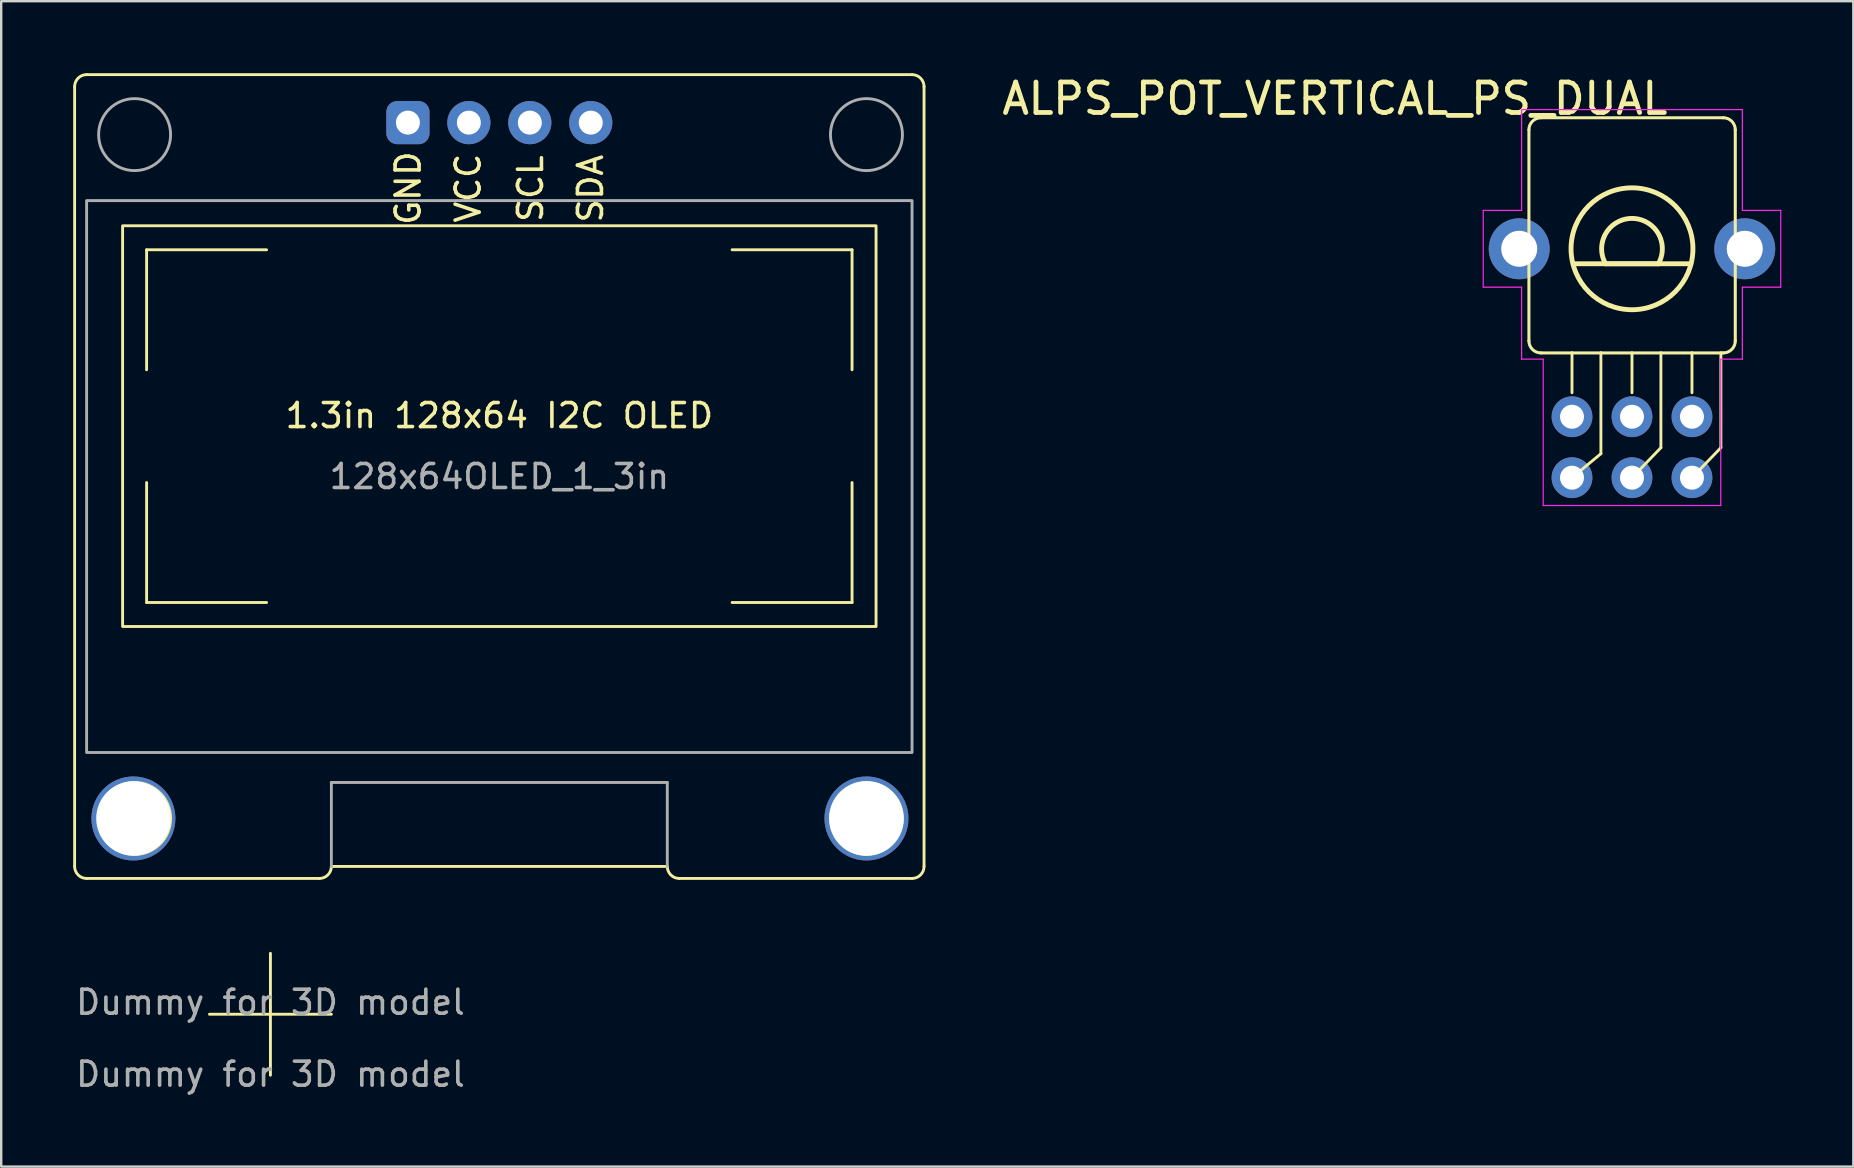
<source format=kicad_pcb>
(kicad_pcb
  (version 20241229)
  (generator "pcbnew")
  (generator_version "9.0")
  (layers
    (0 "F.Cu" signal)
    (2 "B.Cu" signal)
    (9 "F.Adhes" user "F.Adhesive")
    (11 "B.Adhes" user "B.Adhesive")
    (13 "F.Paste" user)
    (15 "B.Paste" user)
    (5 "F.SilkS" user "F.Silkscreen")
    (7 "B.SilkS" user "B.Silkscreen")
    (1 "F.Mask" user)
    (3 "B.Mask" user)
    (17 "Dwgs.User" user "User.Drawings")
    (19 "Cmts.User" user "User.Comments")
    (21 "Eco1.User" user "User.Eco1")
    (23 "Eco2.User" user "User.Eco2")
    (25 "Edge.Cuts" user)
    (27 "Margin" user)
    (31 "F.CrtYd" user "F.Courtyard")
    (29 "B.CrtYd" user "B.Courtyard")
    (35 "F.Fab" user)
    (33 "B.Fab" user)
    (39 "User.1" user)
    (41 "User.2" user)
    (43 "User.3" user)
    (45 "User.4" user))
  (footprint "Dummy for 3D model"
    (layer "F.Cu")
    (at 8.22 39.22)
    (property "Reference" "Dummy for 3D model" (at 0 -0.5 0) (unlocked yes) (layer "F.Fab") (effects (font (size 1 1) (thickness 0.15))))
    (fp_line (start -2.54 0) (end 2.54 0) (stroke (width 0.12) (type solid)) (layer "F.SilkS"))
    (fp_line (start 0 -2.54) (end 0 2.54) (stroke (width 0.12) (type solid)) (layer "F.SilkS"))
    (fp_text user "${REFERENCE}" (at 0 2.5 0) (unlocked yes) (layer "F.Fab") (effects (font (size 1 1) (thickness 0.15)))))
  (footprint "128x64OLED_1_3in"
    (layer "F.Cu")
    (at 17.76 16.81)
    (property "Reference" "128x64OLED_1_3in" (at 0 0 0) (layer "F.Fab") (effects (font (size 1 1) (thickness 0.15))))
    (attr through_hole exclude_from_pos_files)
    (fp_line (start -17.7 16.25) (end -17.7 -16.25) (stroke (width 0.12) (type solid)) (layer "F.SilkS"))
    (fp_line (start -17.2 -16.75) (end 17.2 -16.75) (stroke (width 0.12) (type solid)) (layer "F.SilkS"))
    (fp_line (start -17.2 16.75) (end -7.5 16.75) (stroke (width 0.12) (type solid)) (layer "F.SilkS"))
    (fp_line (start -14.7 -9.45) (end -9.7 -9.45) (stroke (width 0.12) (type solid)) (layer "F.SilkS"))
    (fp_line (start -14.7 -4.45) (end -14.7 -9.45) (stroke (width 0.12) (type solid)) (layer "F.SilkS"))
    (fp_line (start -14.7 5.25) (end -14.7 0.25) (stroke (width 0.12) (type solid)) (layer "F.SilkS"))
    (fp_line (start -9.7 5.25) (end -14.7 5.25) (stroke (width 0.12) (type solid)) (layer "F.SilkS"))
    (fp_line (start -7 16.25) (end 7 16.25) (stroke (width 0.12) (type solid)) (layer "F.SilkS"))
    (fp_line (start 7.5 16.75) (end 17.2 16.75) (stroke (width 0.12) (type solid)) (layer "F.SilkS"))
    (fp_line (start 9.7 -9.45) (end 14.7 -9.45) (stroke (width 0.12) (type solid)) (layer "F.SilkS"))
    (fp_line (start 14.7 -9.45) (end 14.7 -4.45) (stroke (width 0.12) (type solid)) (layer "F.SilkS"))
    (fp_line (start 14.7 0.25) (end 14.7 5.25) (stroke (width 0.12) (type solid)) (layer "F.SilkS"))
    (fp_line (start 14.7 5.25) (end 9.7 5.25) (stroke (width 0.12) (type solid)) (layer "F.SilkS"))
    (fp_line (start 17.7 -16.25) (end 17.7 16.25) (stroke (width 0.12) (type solid)) (layer "F.SilkS"))
    (fp_rect (start -15.7 -10.45) (end 15.7 6.25) (stroke (width 0.12) (type solid)) (fill no) (layer "F.SilkS"))
    (fp_arc (start -17.7 -16.25) (mid -17.553553 -16.603553) (end -17.2 -16.75) (stroke (width 0.12) (type solid)) (layer "F.SilkS"))
    (fp_arc (start -17.2 16.75) (mid -17.553553 16.603553) (end -17.7 16.25) (stroke (width 0.12) (type solid)) (layer "F.SilkS"))
    (fp_arc (start -7 16.25) (mid -7.146447 16.603553) (end -7.5 16.75) (stroke (width 0.12) (type solid)) (layer "F.SilkS"))
    (fp_arc (start 7.5 16.75) (mid 7.146447 16.603553) (end 7 16.25) (stroke (width 0.12) (type solid)) (layer "F.SilkS"))
    (fp_arc (start 17.2 -16.75) (mid 17.553553 -16.603553) (end 17.7 -16.25) (stroke (width 0.12) (type solid)) (layer "F.SilkS"))
    (fp_arc (start 17.7 16.25) (mid 17.553553 16.603553) (end 17.2 16.75) (stroke (width 0.12) (type solid)) (layer "F.SilkS"))
    (fp_circle (center -15.2 14.25) (end -15.2 15.75) (stroke (width 0.12) (type solid)) (fill no) (layer "F.SilkS"))
    (fp_circle (center 15.3 14.25) (end 15.3 15.75) (stroke (width 0.12) (type solid)) (fill no) (layer "F.SilkS"))
    (fp_line (start -7 12.75) (end 7 12.75) (stroke (width 0.12) (type solid)) (layer "F.Fab"))
    (fp_line (start -7 16.25) (end -7 12.75) (stroke (width 0.12) (type solid)) (layer "F.Fab"))
    (fp_line (start 7 12.75) (end 7 16.25) (stroke (width 0.12) (type solid)) (layer "F.Fab"))
    (fp_rect (start -17.2 -11.5) (end 17.2 11.5) (stroke (width 0.12) (type solid)) (fill no) (layer "F.Fab"))
    (fp_circle (center -15.2 -14.25) (end -13.7 -14.25) (stroke (width 0.12) (type solid)) (fill no) (layer "F.Fab"))
    (fp_circle (center 15.3 -14.25) (end 16.8 -14.25) (stroke (width 0.12) (type solid)) (fill no) (layer "F.Fab"))
    (fp_text user "VCC" (at -1.3 -12.019 90) (unlocked yes) (layer "F.SilkS") (effects (font (size 1 1) (thickness 0.15))))
    (fp_text user "SCL" (at 1.3 -12 90) (unlocked yes) (layer "F.SilkS") (effects (font (size 1 1) (thickness 0.15))))
    (fp_text user "GND" (at -3.8 -12.019 90) (unlocked yes) (layer "F.SilkS") (effects (font (size 1 1) (thickness 0.15))))
    (fp_text user "SDA" (at 3.8 -12 90) (unlocked yes) (layer "F.SilkS") (effects (font (size 1 1) (thickness 0.15))))
    (fp_text user "1.3in 128x64 I2C OLED" (at 0 -2.54 0) (unlocked yes) (layer "F.SilkS") (effects (font (size 1 1) (thickness 0.15))))
    (pad "1" thru_hole roundrect (at -3.81 -14.75 90) (size 1.8 1.8) (drill 1) (layers "*.Cu" "*.Mask") (roundrect_rratio 0.25))
    (pad "2" thru_hole circle (at -1.27 -14.75 90) (size 1.8 1.8) (drill 1) (layers "*.Cu" "*.Mask"))
    (pad "3" thru_hole circle (at 1.27 -14.75 90) (size 1.8 1.8) (drill 1) (layers "*.Cu" "*.Mask"))
    (pad "4" thru_hole circle (at 3.81 -14.75 90) (size 1.8 1.8) (drill 1) (layers "*.Cu" "*.Mask"))
    (pad "5" thru_hole circle (at -15.25 14.25) (size 3.5 3.5) (drill 3.1) (layers "*.Cu" "*.Mask"))
    (pad "5" thru_hole circle (at 15.3 14.25) (size 3.5 3.5) (drill 3.1) (layers "*.Cu" "*.Mask")))
  (footprint "ALPS_POT_VERTICAL_PS_DUAL"
    (layer "F.Cu")
    (at 64.964 7.318)
    (property "Reference" "ALPS_POT_VERTICAL_PS_DUAL" (at 1.6 -7 0) (layer "F.SilkS") (effects (font (size 1.27 1.27) (thickness 0.2)) (justify right top)))
    (attr through_hole)
    (fp_line (start -4.295 3.84) (end -4.295 -4.96) (stroke (width 0.127) (type solid)) (layer "F.SilkS"))
    (fp_line (start -3.795 -5.46) (end 3.805 -5.46) (stroke (width 0.127) (type solid)) (layer "F.SilkS"))
    (fp_line (start -2.5 6) (end -2.5 4.33) (stroke (width 0.12) (type solid)) (layer "F.SilkS"))
    (fp_line (start -2.5 9.54) (end -1.295 8.54) (stroke (width 0.12) (type solid)) (layer "F.SilkS"))
    (fp_line (start -1.295 8.54) (end -1.295 4.33) (stroke (width 0.12) (type solid)) (layer "F.SilkS"))
    (fp_line (start 0 6) (end 0 4.33) (stroke (width 0.12) (type solid)) (layer "F.SilkS"))
    (fp_line (start 0 9.54) (end 1.205 8.29) (stroke (width 0.12) (type solid)) (layer "F.SilkS"))
    (fp_line (start 1.1 0.625) (end -1.1 0.625) (stroke (width 0.203) (type solid)) (layer "F.SilkS"))
    (fp_line (start 1.205 8.29) (end 1.205 4.33) (stroke (width 0.12) (type solid)) (layer "F.SilkS"))
    (fp_line (start 2.45 0.625) (end -2.425 0.625) (stroke (width 0.203) (type solid)) (layer "F.SilkS"))
    (fp_line (start 2.5 6) (end 2.5 4.33) (stroke (width 0.12) (type solid)) (layer "F.SilkS"))
    (fp_line (start 2.5 9.54) (end 3.705 8.29) (stroke (width 0.12) (type solid)) (layer "F.SilkS"))
    (fp_line (start 3.705 8.29) (end 3.705 4.33) (stroke (width 0.12) (type solid)) (layer "F.SilkS"))
    (fp_line (start 3.805 4.34) (end -3.795 4.34) (stroke (width 0.127) (type solid)) (layer "F.SilkS"))
    (fp_line (start 4.305 -4.96) (end 4.305 3.84) (stroke (width 0.127) (type solid)) (layer "F.SilkS"))
    (fp_arc (start -4.295 -4.96) (mid -4.148553 -5.313553) (end -3.795 -5.46) (stroke (width 0.127) (type solid)) (layer "F.SilkS"))
    (fp_arc (start -3.795 4.34) (mid -4.148553 4.193553) (end -4.295 3.84) (stroke (width 0.127) (type solid)) (layer "F.SilkS"))
    (fp_arc (start -1.1 0.625) (mid 0 -1.265158) (end 1.1 0.625) (stroke (width 0.2032) (type solid)) (layer "F.SilkS"))
    (fp_arc (start 3.805 -5.46) (mid 4.158553 -5.313553) (end 4.305 -4.96) (stroke (width 0.127) (type solid)) (layer "F.SilkS"))
    (fp_arc (start 4.305 3.84) (mid 4.158553 4.193553) (end 3.805 4.34) (stroke (width 0.127) (type solid)) (layer "F.SilkS"))
    (fp_circle (center 0 0) (end -2.54 0) (stroke (width 0.203) (type solid)) (fill no) (layer "F.SilkS"))
    (fp_line (start -6.2 -1.6) (end -6.2 1.6) (stroke (width 0.05) (type solid)) (layer "F.CrtYd"))
    (fp_line (start -6.2 1.6) (end -4.6 1.6) (stroke (width 0.05) (type solid)) (layer "F.CrtYd"))
    (fp_line (start -4.6 -5.8) (end -4.6 -1.6) (stroke (width 0.05) (type solid)) (layer "F.CrtYd"))
    (fp_line (start -4.6 -1.6) (end -6.2 -1.6) (stroke (width 0.05) (type solid)) (layer "F.CrtYd"))
    (fp_line (start -4.6 1.6) (end -4.6 4.6) (stroke (width 0.05) (type solid)) (layer "F.CrtYd"))
    (fp_line (start -4.6 4.6) (end -3.7 4.6) (stroke (width 0.05) (type solid)) (layer "F.CrtYd"))
    (fp_line (start -3.7 4.6) (end -3.7 10.7) (stroke (width 0.05) (type solid)) (layer "F.CrtYd"))
    (fp_line (start -3.7 10.7) (end 3.7 10.7) (stroke (width 0.05) (type solid)) (layer "F.CrtYd"))
    (fp_line (start 3.7 4.6) (end 4.6 4.6) (stroke (width 0.05) (type solid)) (layer "F.CrtYd"))
    (fp_line (start 3.7 10.7) (end 3.7 4.6) (stroke (width 0.05) (type solid)) (layer "F.CrtYd"))
    (fp_line (start 4.6 -5.8) (end -4.6 -5.8) (stroke (width 0.05) (type solid)) (layer "F.CrtYd"))
    (fp_line (start 4.6 -1.6) (end 4.6 -5.8) (stroke (width 0.05) (type solid)) (layer "F.CrtYd"))
    (fp_line (start 4.6 1.6) (end 6.2 1.6) (stroke (width 0.05) (type solid)) (layer "F.CrtYd"))
    (fp_line (start 4.6 4.6) (end 4.6 1.6) (stroke (width 0.05) (type solid)) (layer "F.CrtYd"))
    (fp_line (start 6.2 -1.6) (end 4.6 -1.6) (stroke (width 0.05) (type solid)) (layer "F.CrtYd"))
    (fp_line (start 6.2 1.6) (end 6.2 -1.6) (stroke (width 0.05) (type solid)) (layer "F.CrtYd"))
    (pad "1" thru_hole circle (at -2.5 7 90) (size 1.7 1.7) (drill 1) (layers "*.Cu" "*.Mask"))
    (pad "2" thru_hole circle (at 0 7 90) (size 1.7 1.7) (drill 1) (layers "*.Cu" "*.Mask"))
    (pad "3" thru_hole circle (at 2.5 7 90) (size 1.7 1.7) (drill 1) (layers "*.Cu" "*.Mask"))
    (pad "4" thru_hole circle (at -2.5 9.54 90) (size 1.7 1.7) (drill 1) (layers "*.Cu" "*.Mask"))
    (pad "5" thru_hole circle (at 0 9.54 90) (size 1.7 1.7) (drill 1) (layers "*.Cu" "*.Mask"))
    (pad "6" thru_hole circle (at 2.5 9.54 90) (size 1.7 1.7) (drill 1) (layers "*.Cu" "*.Mask"))
    (pad "7" thru_hole circle (at -4.7 0 90) (size 2.54 2.54) (drill 1.5) (layers "*.Cu" "*.Mask"))
    (pad "7" thru_hole circle (at 4.7 0 90) (size 2.54 2.54) (drill 1.5) (layers "*.Cu" "*.Mask")))
  (gr_rect
    (start -3 -3)
    (end 74.189 45.568)
    (stroke (width 0.1) (type default))
    (fill no)
    (layer "Edge.Cuts")))
</source>
